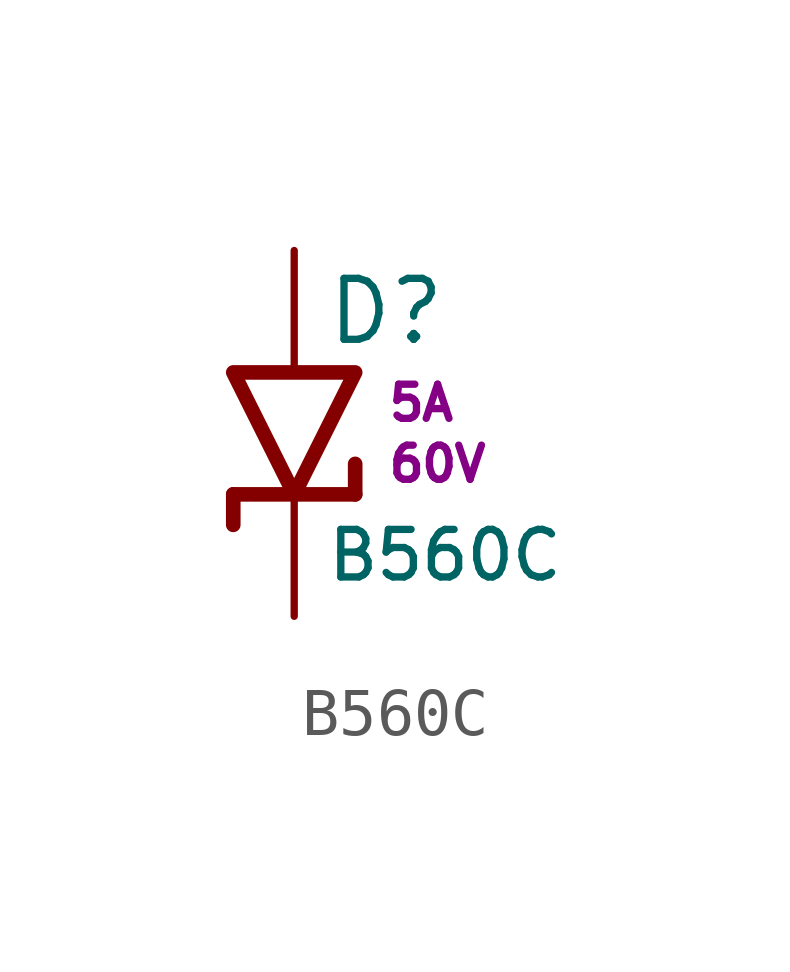
<source format=kicad_sym>
(kicad_symbol_lib
  (version 20211014)
  (generator kicad_symbol_editor)
  (symbol "B560C"
    (pin_numbers hide)
    (pin_names
      (offset 0.254) hide)
    (property "Reference" "D"
      (at 0.635 2.54 0)
      (effects (font (size 1.27 1.27)) (justify left)))
    (property "Value" "B560C"
      (at 0.635 -2.54 0)
      (effects (font (size 0.991 0.991)) (justify left)))
    (property "Reverse Voltage" "60V"
      (at 1.905 -0.635 0)
      (effects (font (size 0.711 0.711)) (justify left)))
    (property "Max current" "5A"
      (at 1.905 0.635 0)
      (effects (font (size 0.711 0.711)) (justify left)))
    (symbol "B560C_0_1"
      (polyline (pts (xy -1.27 -1.27) (xy -1.27 -1.905)) (stroke (width 0.305) (type default) (color 0 0 0 0)) (fill (type none)))
      (polyline (pts (xy 1.27 -1.27) (xy 1.27 -0.635)) (stroke (width 0.305) (type default) (color 0 0 0 0)) (fill (type none))))
    (symbol "B560C_1_1"
      (polyline (pts (xy 1.27 -1.27) (xy -1.27 -1.27)) (stroke (width 0.305) (type default) (color 0 0 0 0)) (fill (type none)))
      (polyline (pts (xy 1.27 1.27) (xy -1.27 1.27) (xy 0 -1.27) (xy 1.27 1.27)) (stroke (width 0.305) (type default) (color 0 0 0 0)) (fill (type none)))
      (pin passive line (at 0 -3.81 90) (length 2.54) (name "K" (effects (font (size 1.27 1.27)))) (number "1" (effects (font (size 1.27 1.27)))))
      (pin passive line (at 0 3.81 270) (length 2.54) (name "A" (effects (font (size 1.27 1.27)))) (number "2" (effects (font (size 1.27 1.27))))))))
</source>
